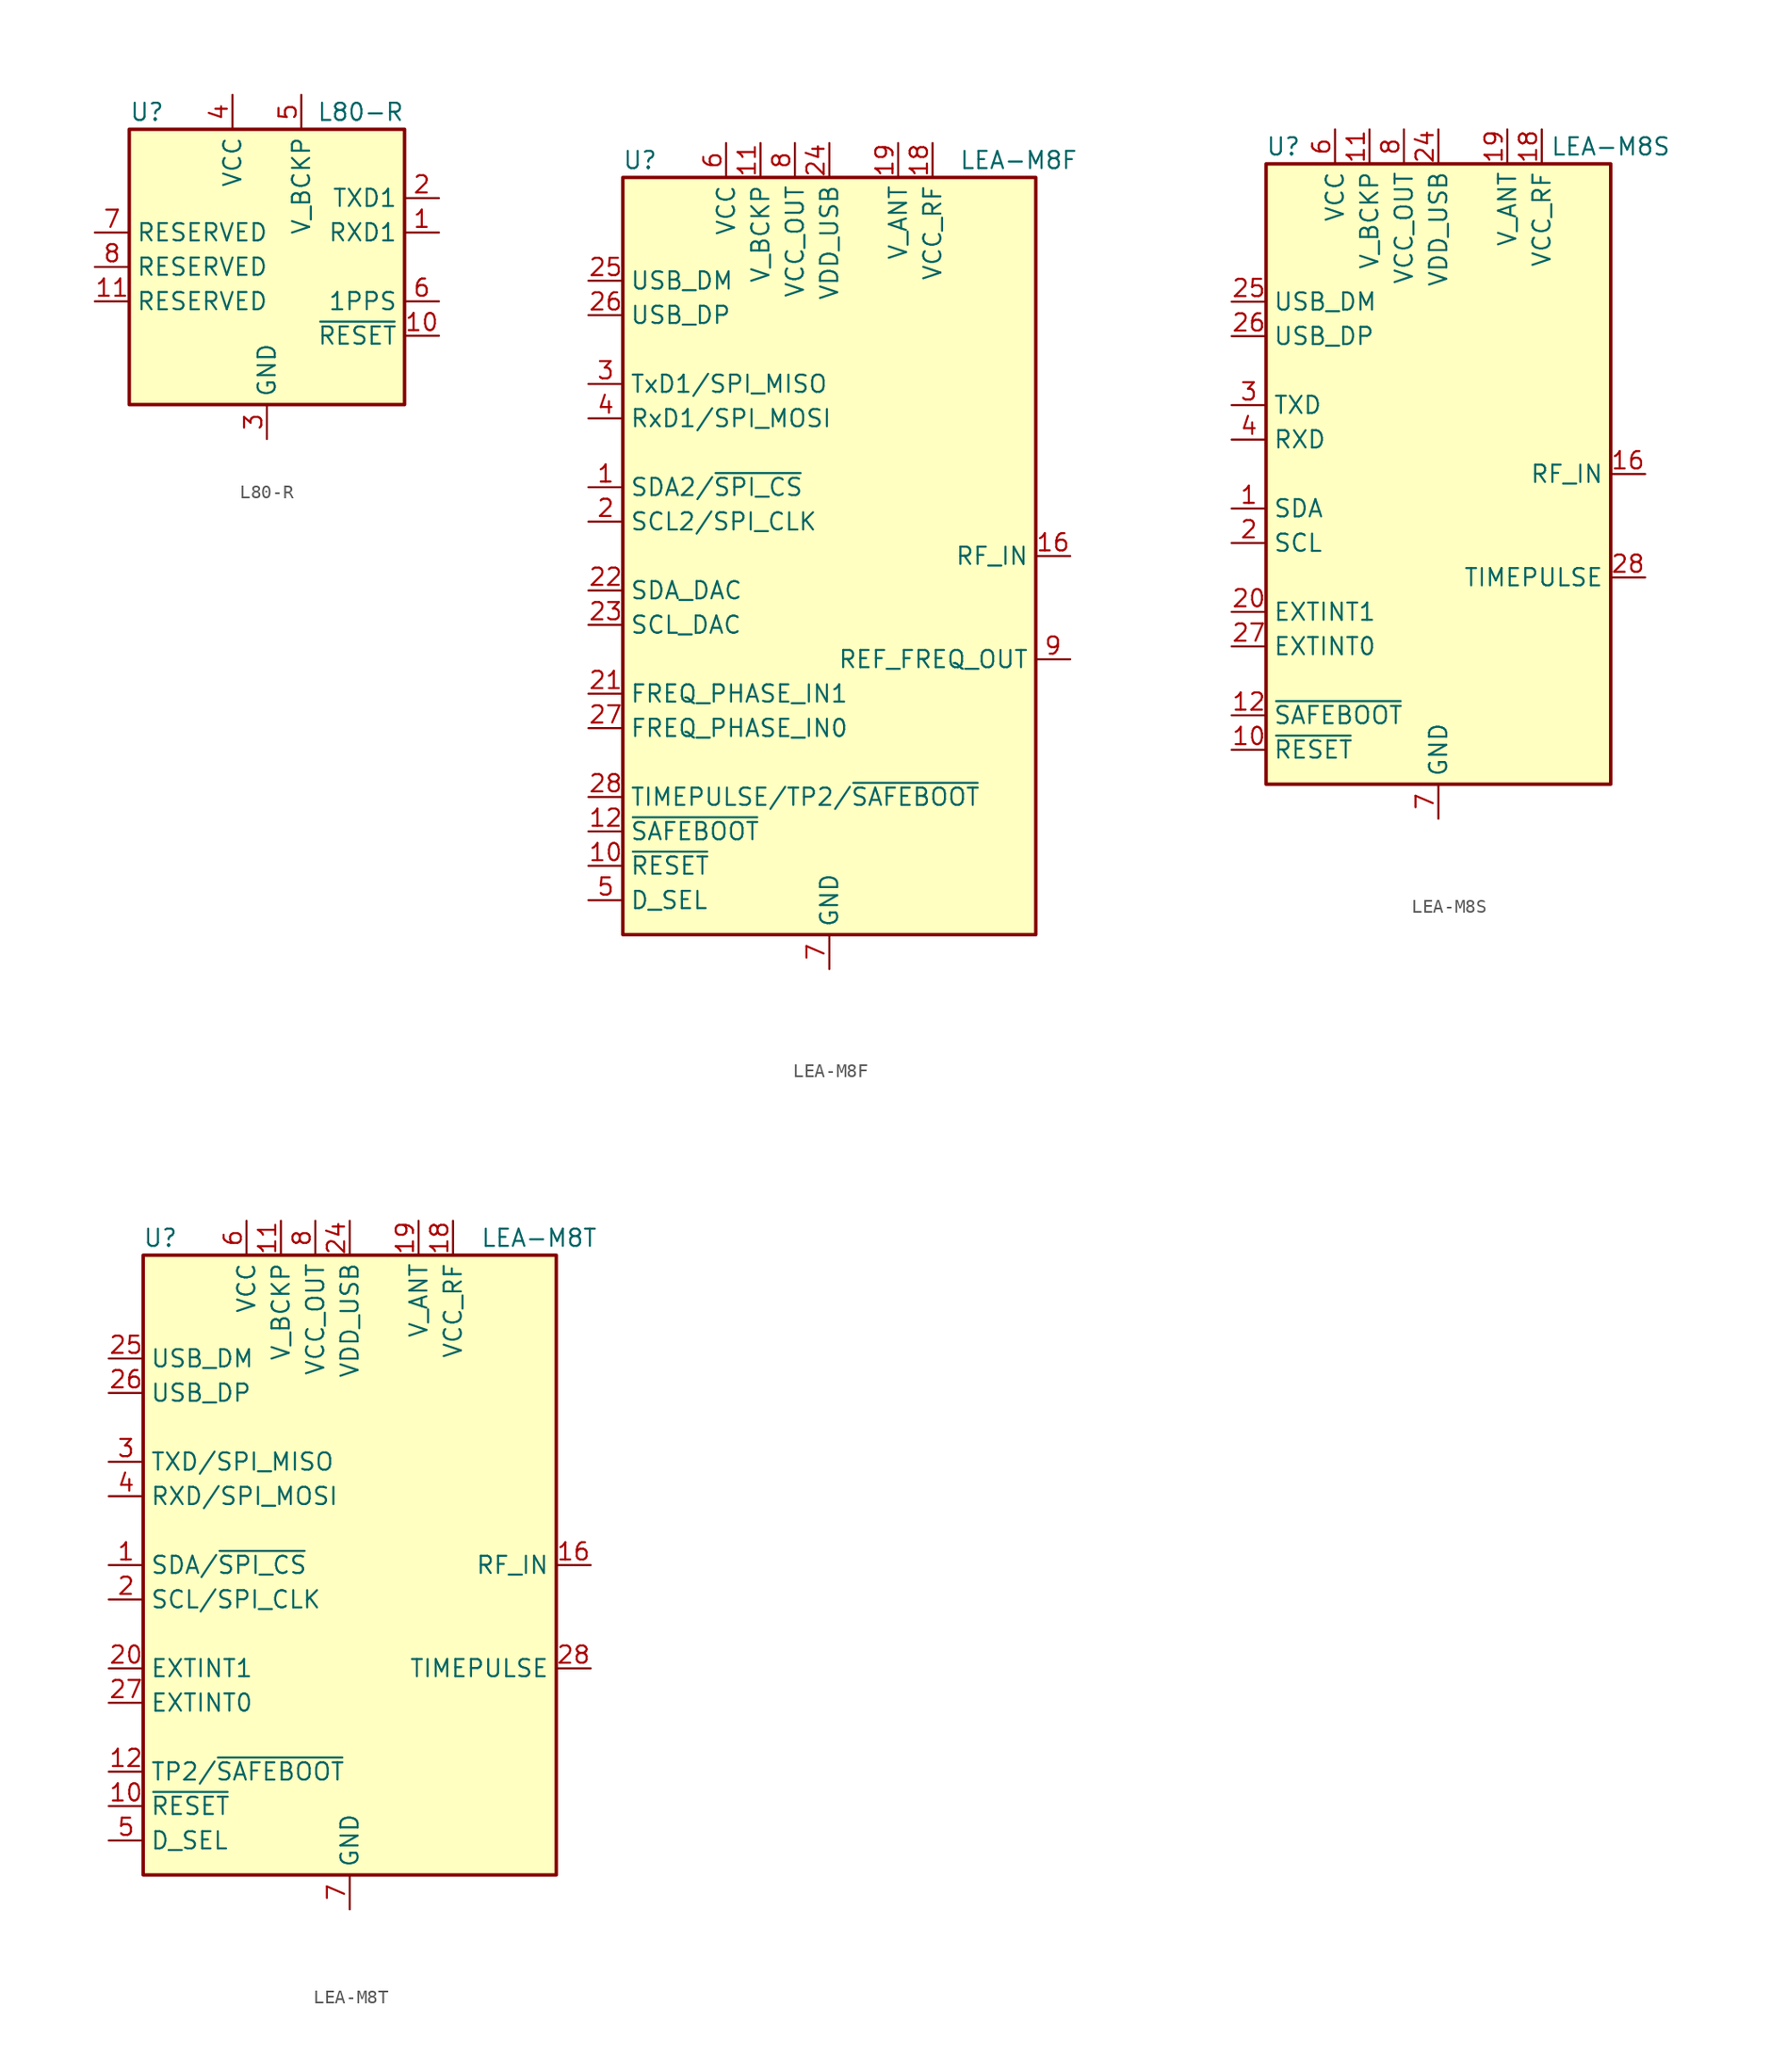
<source format=kicad_sym>
(kicad_symbol_lib
  (version 20241209)
  (generator "kicad_symbol_editor")
  (generator_version "9.0")
  (symbol "L80-R"
    (property "Reference" "U"
      (at -10.16 11.43 0)
      (effects (font (size 1.27 1.27)) (justify left)))
    (property "Value" "L80-R"
      (at 10.16 11.43 0)
      (effects (font (size 1.27 1.27)) (justify right)))
    (symbol "L80-R_0_1"
      (rectangle (start -10.16 10.16) (end 10.16 -10.16) (stroke (width 0.254) (type default)) (fill (type background))))
    (symbol "L80-R_1_1"
      (pin passive line (at -12.7 2.54 0) (length 2.54) (name "RESERVED" (effects (font (size 1.27 1.27)))) (number "7" (effects (font (size 1.27 1.27)))))
      (pin passive line (at -12.7 0 0) (length 2.54) (name "RESERVED" (effects (font (size 1.27 1.27)))) (number "8" (effects (font (size 1.27 1.27)))))
      (pin passive line (at -12.7 -2.54 0) (length 2.54) (name "RESERVED" (effects (font (size 1.27 1.27)))) (number "11" (effects (font (size 1.27 1.27)))))
      (pin power_in line (at -2.54 12.7 270) (length 2.54) (name "VCC" (effects (font (size 1.27 1.27)))) (number "4" (effects (font (size 1.27 1.27)))))
      (pin passive line (at 0 -12.7 90) (length 2.54) (hide yes) (name "GND" (effects (font (size 1.27 1.27)))) (number "12" (effects (font (size 1.27 1.27)))))
      (pin power_in line (at 0 -12.7 90) (length 2.54) (name "GND" (effects (font (size 1.27 1.27)))) (number "3" (effects (font (size 1.27 1.27)))))
      (pin power_in line (at 2.54 12.7 270) (length 2.54) (name "V_BCKP" (effects (font (size 1.27 1.27)))) (number "5" (effects (font (size 1.27 1.27)))))
      (pin no_connect line (at 10.16 0 180) (length 2.54) (hide yes) (name "NC" (effects (font (size 1.27 1.27)))) (number "9" (effects (font (size 1.27 1.27)))))
      (pin output line (at 12.7 5.08 180) (length 2.54) (name "TXD1" (effects (font (size 1.27 1.27)))) (number "2" (effects (font (size 1.27 1.27)))))
      (pin input line (at 12.7 2.54 180) (length 2.54) (name "RXD1" (effects (font (size 1.27 1.27)))) (number "1" (effects (font (size 1.27 1.27)))))
      (pin output line (at 12.7 -2.54 180) (length 2.54) (name "1PPS" (effects (font (size 1.27 1.27)))) (number "6" (effects (font (size 1.27 1.27)))))
      (pin input line (at 12.7 -5.08 180) (length 2.54) (name "~{RESET}" (effects (font (size 1.27 1.27)))) (number "10" (effects (font (size 1.27 1.27)))))))
  (symbol "LEA-M8F"
    (property "Reference" "U"
      (at -13.97 29.21 0)
      (effects (font (size 1.27 1.27))))
    (property "Value" "LEA-M8F"
      (at 13.97 29.21 0)
      (effects (font (size 1.27 1.27))))
    (symbol "LEA-M8F_0_1"
      (rectangle (start -15.24 27.94) (end 15.24 -27.94) (stroke (width 0.254) (type default)) (fill (type background))))
    (symbol "LEA-M8F_1_1"
      (pin bidirectional line (at -17.78 20.32 0) (length 2.54) (name "USB_DM" (effects (font (size 1.27 1.27)))) (number "25" (effects (font (size 1.27 1.27)))))
      (pin bidirectional line (at -17.78 17.78 0) (length 2.54) (name "USB_DP" (effects (font (size 1.27 1.27)))) (number "26" (effects (font (size 1.27 1.27)))))
      (pin output line (at -17.78 12.7 0) (length 2.54) (name "TxD1/SPI_MISO" (effects (font (size 1.27 1.27)))) (number "3" (effects (font (size 1.27 1.27)))))
      (pin input line (at -17.78 10.16 0) (length 2.54) (name "RxD1/SPI_MOSI" (effects (font (size 1.27 1.27)))) (number "4" (effects (font (size 1.27 1.27)))))
      (pin bidirectional line (at -17.78 5.08 0) (length 2.54) (name "SDA2/~{SPI_CS}" (effects (font (size 1.27 1.27)))) (number "1" (effects (font (size 1.27 1.27)))))
      (pin input line (at -17.78 2.54 0) (length 2.54) (name "SCL2/SPI_CLK" (effects (font (size 1.27 1.27)))) (number "2" (effects (font (size 1.27 1.27)))))
      (pin bidirectional line (at -17.78 -2.54 0) (length 2.54) (name "SDA_DAC" (effects (font (size 1.27 1.27)))) (number "22" (effects (font (size 1.27 1.27)))))
      (pin output line (at -17.78 -5.08 0) (length 2.54) (name "SCL_DAC" (effects (font (size 1.27 1.27)))) (number "23" (effects (font (size 1.27 1.27)))))
      (pin input line (at -17.78 -10.16 0) (length 2.54) (name "FREQ_PHASE_IN1" (effects (font (size 1.27 1.27)))) (number "21" (effects (font (size 1.27 1.27)))))
      (pin input line (at -17.78 -12.7 0) (length 2.54) (name "FREQ_PHASE_IN0" (effects (font (size 1.27 1.27)))) (number "27" (effects (font (size 1.27 1.27)))))
      (pin bidirectional line (at -17.78 -17.78 0) (length 2.54) (name "TIMEPULSE/TP2/~{SAFEBOOT}" (effects (font (size 1.27 1.27)))) (number "28" (effects (font (size 1.27 1.27)))))
      (pin input line (at -17.78 -20.32 0) (length 2.54) (name "~{SAFEBOOT}" (effects (font (size 1.27 1.27)))) (number "12" (effects (font (size 1.27 1.27)))))
      (pin input line (at -17.78 -22.86 0) (length 2.54) (name "~{RESET}" (effects (font (size 1.27 1.27)))) (number "10" (effects (font (size 1.27 1.27)))))
      (pin input line (at -17.78 -25.4 0) (length 2.54) (name "D_SEL" (effects (font (size 1.27 1.27)))) (number "5" (effects (font (size 1.27 1.27)))))
      (pin power_in line (at -7.62 30.48 270) (length 2.54) (name "VCC" (effects (font (size 1.27 1.27)))) (number "6" (effects (font (size 1.27 1.27)))))
      (pin power_in line (at -5.08 30.48 270) (length 2.54) (name "V_BCKP" (effects (font (size 1.27 1.27)))) (number "11" (effects (font (size 1.27 1.27)))))
      (pin power_out line (at -2.54 30.48 270) (length 2.54) (name "VCC_OUT" (effects (font (size 1.27 1.27)))) (number "8" (effects (font (size 1.27 1.27)))))
      (pin power_in line (at 0 30.48 270) (length 2.54) (name "VDD_USB" (effects (font (size 1.27 1.27)))) (number "24" (effects (font (size 1.27 1.27)))))
      (pin passive line (at 0 -30.48 90) (length 2.54) (hide yes) (name "GND" (effects (font (size 1.27 1.27)))) (number "13" (effects (font (size 1.27 1.27)))))
      (pin passive line (at 0 -30.48 90) (length 2.54) (hide yes) (name "GND" (effects (font (size 1.27 1.27)))) (number "14" (effects (font (size 1.27 1.27)))))
      (pin passive line (at 0 -30.48 90) (length 2.54) (hide yes) (name "GND" (effects (font (size 1.27 1.27)))) (number "15" (effects (font (size 1.27 1.27)))))
      (pin passive line (at 0 -30.48 90) (length 2.54) (hide yes) (name "GND" (effects (font (size 1.27 1.27)))) (number "17" (effects (font (size 1.27 1.27)))))
      (pin power_in line (at 0 -30.48 90) (length 2.54) (name "GND" (effects (font (size 1.27 1.27)))) (number "7" (effects (font (size 1.27 1.27)))))
      (pin power_in line (at 5.08 30.48 270) (length 2.54) (name "V_ANT" (effects (font (size 1.27 1.27)))) (number "19" (effects (font (size 1.27 1.27)))))
      (pin power_out line (at 7.62 30.48 270) (length 2.54) (name "VCC_RF" (effects (font (size 1.27 1.27)))) (number "18" (effects (font (size 1.27 1.27)))))
      (pin no_connect line (at 15.24 2.54 180) (length 2.54) (hide yes) (name "RESERVED" (effects (font (size 1.27 1.27)))) (number "20" (effects (font (size 1.27 1.27)))))
      (pin input line (at 17.78 0 180) (length 2.54) (name "RF_IN" (effects (font (size 1.27 1.27)))) (number "16" (effects (font (size 1.27 1.27)))))
      (pin output line (at 17.78 -7.62 180) (length 2.54) (name "REF_FREQ_OUT" (effects (font (size 1.27 1.27)))) (number "9" (effects (font (size 1.27 1.27)))))))
  (symbol "LEA-M8S"
    (property "Reference" "U"
      (at -11.43 24.13 0)
      (effects (font (size 1.27 1.27))))
    (property "Value" "LEA-M8S"
      (at 12.7 24.13 0)
      (effects (font (size 1.27 1.27))))
    (symbol "LEA-M8S_0_1"
      (rectangle (start -12.7 22.86) (end 12.7 -22.86) (stroke (width 0.254) (type default)) (fill (type background))))
    (symbol "LEA-M8S_1_1"
      (pin bidirectional line (at -15.24 12.7 0) (length 2.54) (name "USB_DM" (effects (font (size 1.27 1.27)))) (number "25" (effects (font (size 1.27 1.27)))))
      (pin bidirectional line (at -15.24 10.16 0) (length 2.54) (name "USB_DP" (effects (font (size 1.27 1.27)))) (number "26" (effects (font (size 1.27 1.27)))))
      (pin output line (at -15.24 5.08 0) (length 2.54) (name "TXD" (effects (font (size 1.27 1.27)))) (number "3" (effects (font (size 1.27 1.27)))))
      (pin input line (at -15.24 2.54 0) (length 2.54) (name "RXD" (effects (font (size 1.27 1.27)))) (number "4" (effects (font (size 1.27 1.27)))))
      (pin bidirectional line (at -15.24 -2.54 0) (length 2.54) (name "SDA" (effects (font (size 1.27 1.27)))) (number "1" (effects (font (size 1.27 1.27)))))
      (pin input line (at -15.24 -5.08 0) (length 2.54) (name "SCL" (effects (font (size 1.27 1.27)))) (number "2" (effects (font (size 1.27 1.27)))))
      (pin input line (at -15.24 -10.16 0) (length 2.54) (name "EXTINT1" (effects (font (size 1.27 1.27)))) (number "20" (effects (font (size 1.27 1.27)))))
      (pin input line (at -15.24 -12.7 0) (length 2.54) (name "EXTINT0" (effects (font (size 1.27 1.27)))) (number "27" (effects (font (size 1.27 1.27)))))
      (pin input line (at -15.24 -17.78 0) (length 2.54) (name "~{SAFEBOOT}" (effects (font (size 1.27 1.27)))) (number "12" (effects (font (size 1.27 1.27)))))
      (pin input line (at -15.24 -20.32 0) (length 2.54) (name "~{RESET}" (effects (font (size 1.27 1.27)))) (number "10" (effects (font (size 1.27 1.27)))))
      (pin power_in line (at -7.62 25.4 270) (length 2.54) (name "VCC" (effects (font (size 1.27 1.27)))) (number "6" (effects (font (size 1.27 1.27)))))
      (pin power_in line (at -5.08 25.4 270) (length 2.54) (name "V_BCKP" (effects (font (size 1.27 1.27)))) (number "11" (effects (font (size 1.27 1.27)))))
      (pin power_out line (at -2.54 25.4 270) (length 2.54) (name "VCC_OUT" (effects (font (size 1.27 1.27)))) (number "8" (effects (font (size 1.27 1.27)))))
      (pin power_in line (at 0 25.4 270) (length 2.54) (name "VDD_USB" (effects (font (size 1.27 1.27)))) (number "24" (effects (font (size 1.27 1.27)))))
      (pin passive line (at 0 -25.4 90) (length 2.54) (hide yes) (name "GND" (effects (font (size 1.27 1.27)))) (number "13" (effects (font (size 1.27 1.27)))))
      (pin passive line (at 0 -25.4 90) (length 2.54) (hide yes) (name "GND" (effects (font (size 1.27 1.27)))) (number "14" (effects (font (size 1.27 1.27)))))
      (pin passive line (at 0 -25.4 90) (length 2.54) (hide yes) (name "GND" (effects (font (size 1.27 1.27)))) (number "15" (effects (font (size 1.27 1.27)))))
      (pin passive line (at 0 -25.4 90) (length 2.54) (hide yes) (name "GND" (effects (font (size 1.27 1.27)))) (number "17" (effects (font (size 1.27 1.27)))))
      (pin power_in line (at 0 -25.4 90) (length 2.54) (name "GND" (effects (font (size 1.27 1.27)))) (number "7" (effects (font (size 1.27 1.27)))))
      (pin power_in line (at 5.08 25.4 270) (length 2.54) (name "V_ANT" (effects (font (size 1.27 1.27)))) (number "19" (effects (font (size 1.27 1.27)))))
      (pin power_out line (at 7.62 25.4 270) (length 2.54) (name "VCC_RF" (effects (font (size 1.27 1.27)))) (number "18" (effects (font (size 1.27 1.27)))))
      (pin no_connect line (at 12.7 12.7 180) (length 2.54) (hide yes) (name "RESERVED" (effects (font (size 1.27 1.27)))) (number "5" (effects (font (size 1.27 1.27)))))
      (pin no_connect line (at 12.7 10.16 180) (length 2.54) (hide yes) (name "RESERVED" (effects (font (size 1.27 1.27)))) (number "9" (effects (font (size 1.27 1.27)))))
      (pin no_connect line (at 12.7 7.62 180) (length 2.54) (hide yes) (name "RESERVED" (effects (font (size 1.27 1.27)))) (number "21" (effects (font (size 1.27 1.27)))))
      (pin no_connect line (at 12.7 5.08 180) (length 2.54) (hide yes) (name "RESERVED" (effects (font (size 1.27 1.27)))) (number "22" (effects (font (size 1.27 1.27)))))
      (pin no_connect line (at 12.7 2.54 180) (length 2.54) (hide yes) (name "RESERVED" (effects (font (size 1.27 1.27)))) (number "23" (effects (font (size 1.27 1.27)))))
      (pin input line (at 15.24 0 180) (length 2.54) (name "RF_IN" (effects (font (size 1.27 1.27)))) (number "16" (effects (font (size 1.27 1.27)))))
      (pin output line (at 15.24 -7.62 180) (length 2.54) (name "TIMEPULSE" (effects (font (size 1.27 1.27)))) (number "28" (effects (font (size 1.27 1.27)))))))
  (symbol "LEA-M8T"
    (property "Reference" "U"
      (at -13.97 24.13 0)
      (effects (font (size 1.27 1.27))))
    (property "Value" "LEA-M8T"
      (at 13.97 24.13 0)
      (effects (font (size 1.27 1.27))))
    (symbol "LEA-M8T_0_1"
      (rectangle (start -15.24 22.86) (end 15.24 -22.86) (stroke (width 0.254) (type default)) (fill (type background))))
    (symbol "LEA-M8T_1_1"
      (pin bidirectional line (at -17.78 15.24 0) (length 2.54) (name "USB_DM" (effects (font (size 1.27 1.27)))) (number "25" (effects (font (size 1.27 1.27)))))
      (pin bidirectional line (at -17.78 12.7 0) (length 2.54) (name "USB_DP" (effects (font (size 1.27 1.27)))) (number "26" (effects (font (size 1.27 1.27)))))
      (pin output line (at -17.78 7.62 0) (length 2.54) (name "TXD/SPI_MISO" (effects (font (size 1.27 1.27)))) (number "3" (effects (font (size 1.27 1.27)))))
      (pin input line (at -17.78 5.08 0) (length 2.54) (name "RXD/SPI_MOSI" (effects (font (size 1.27 1.27)))) (number "4" (effects (font (size 1.27 1.27)))))
      (pin bidirectional line (at -17.78 0 0) (length 2.54) (name "SDA/~{SPI_CS}" (effects (font (size 1.27 1.27)))) (number "1" (effects (font (size 1.27 1.27)))))
      (pin input line (at -17.78 -2.54 0) (length 2.54) (name "SCL/SPI_CLK" (effects (font (size 1.27 1.27)))) (number "2" (effects (font (size 1.27 1.27)))))
      (pin input line (at -17.78 -7.62 0) (length 2.54) (name "EXTINT1" (effects (font (size 1.27 1.27)))) (number "20" (effects (font (size 1.27 1.27)))))
      (pin input line (at -17.78 -10.16 0) (length 2.54) (name "EXTINT0" (effects (font (size 1.27 1.27)))) (number "27" (effects (font (size 1.27 1.27)))))
      (pin bidirectional line (at -17.78 -15.24 0) (length 2.54) (name "TP2/~{SAFEBOOT}" (effects (font (size 1.27 1.27)))) (number "12" (effects (font (size 1.27 1.27)))))
      (pin input line (at -17.78 -17.78 0) (length 2.54) (name "~{RESET}" (effects (font (size 1.27 1.27)))) (number "10" (effects (font (size 1.27 1.27)))))
      (pin input line (at -17.78 -20.32 0) (length 2.54) (name "D_SEL" (effects (font (size 1.27 1.27)))) (number "5" (effects (font (size 1.27 1.27)))))
      (pin power_in line (at -7.62 25.4 270) (length 2.54) (name "VCC" (effects (font (size 1.27 1.27)))) (number "6" (effects (font (size 1.27 1.27)))))
      (pin power_in line (at -5.08 25.4 270) (length 2.54) (name "V_BCKP" (effects (font (size 1.27 1.27)))) (number "11" (effects (font (size 1.27 1.27)))))
      (pin power_out line (at -2.54 25.4 270) (length 2.54) (name "VCC_OUT" (effects (font (size 1.27 1.27)))) (number "8" (effects (font (size 1.27 1.27)))))
      (pin power_in line (at 0 25.4 270) (length 2.54) (name "VDD_USB" (effects (font (size 1.27 1.27)))) (number "24" (effects (font (size 1.27 1.27)))))
      (pin passive line (at 0 -25.4 90) (length 2.54) (hide yes) (name "GND" (effects (font (size 1.27 1.27)))) (number "13" (effects (font (size 1.27 1.27)))))
      (pin passive line (at 0 -25.4 90) (length 2.54) (hide yes) (name "GND" (effects (font (size 1.27 1.27)))) (number "14" (effects (font (size 1.27 1.27)))))
      (pin passive line (at 0 -25.4 90) (length 2.54) (hide yes) (name "GND" (effects (font (size 1.27 1.27)))) (number "15" (effects (font (size 1.27 1.27)))))
      (pin passive line (at 0 -25.4 90) (length 2.54) (hide yes) (name "GND" (effects (font (size 1.27 1.27)))) (number "17" (effects (font (size 1.27 1.27)))))
      (pin power_in line (at 0 -25.4 90) (length 2.54) (name "GND" (effects (font (size 1.27 1.27)))) (number "7" (effects (font (size 1.27 1.27)))))
      (pin power_in line (at 5.08 25.4 270) (length 2.54) (name "V_ANT" (effects (font (size 1.27 1.27)))) (number "19" (effects (font (size 1.27 1.27)))))
      (pin power_out line (at 7.62 25.4 270) (length 2.54) (name "VCC_RF" (effects (font (size 1.27 1.27)))) (number "18" (effects (font (size 1.27 1.27)))))
      (pin no_connect line (at 15.24 10.16 180) (length 2.54) (hide yes) (name "RESERVED" (effects (font (size 1.27 1.27)))) (number "9" (effects (font (size 1.27 1.27)))))
      (pin no_connect line (at 15.24 7.62 180) (length 2.54) (hide yes) (name "RESERVED" (effects (font (size 1.27 1.27)))) (number "21" (effects (font (size 1.27 1.27)))))
      (pin no_connect line (at 15.24 5.08 180) (length 2.54) (hide yes) (name "RESERVED" (effects (font (size 1.27 1.27)))) (number "22" (effects (font (size 1.27 1.27)))))
      (pin no_connect line (at 15.24 2.54 180) (length 2.54) (hide yes) (name "RESERVED" (effects (font (size 1.27 1.27)))) (number "23" (effects (font (size 1.27 1.27)))))
      (pin input line (at 17.78 0 180) (length 2.54) (name "RF_IN" (effects (font (size 1.27 1.27)))) (number "16" (effects (font (size 1.27 1.27)))))
      (pin output line (at 17.78 -7.62 180) (length 2.54) (name "TIMEPULSE" (effects (font (size 1.27 1.27)))) (number "28" (effects (font (size 1.27 1.27))))))))
</source>
